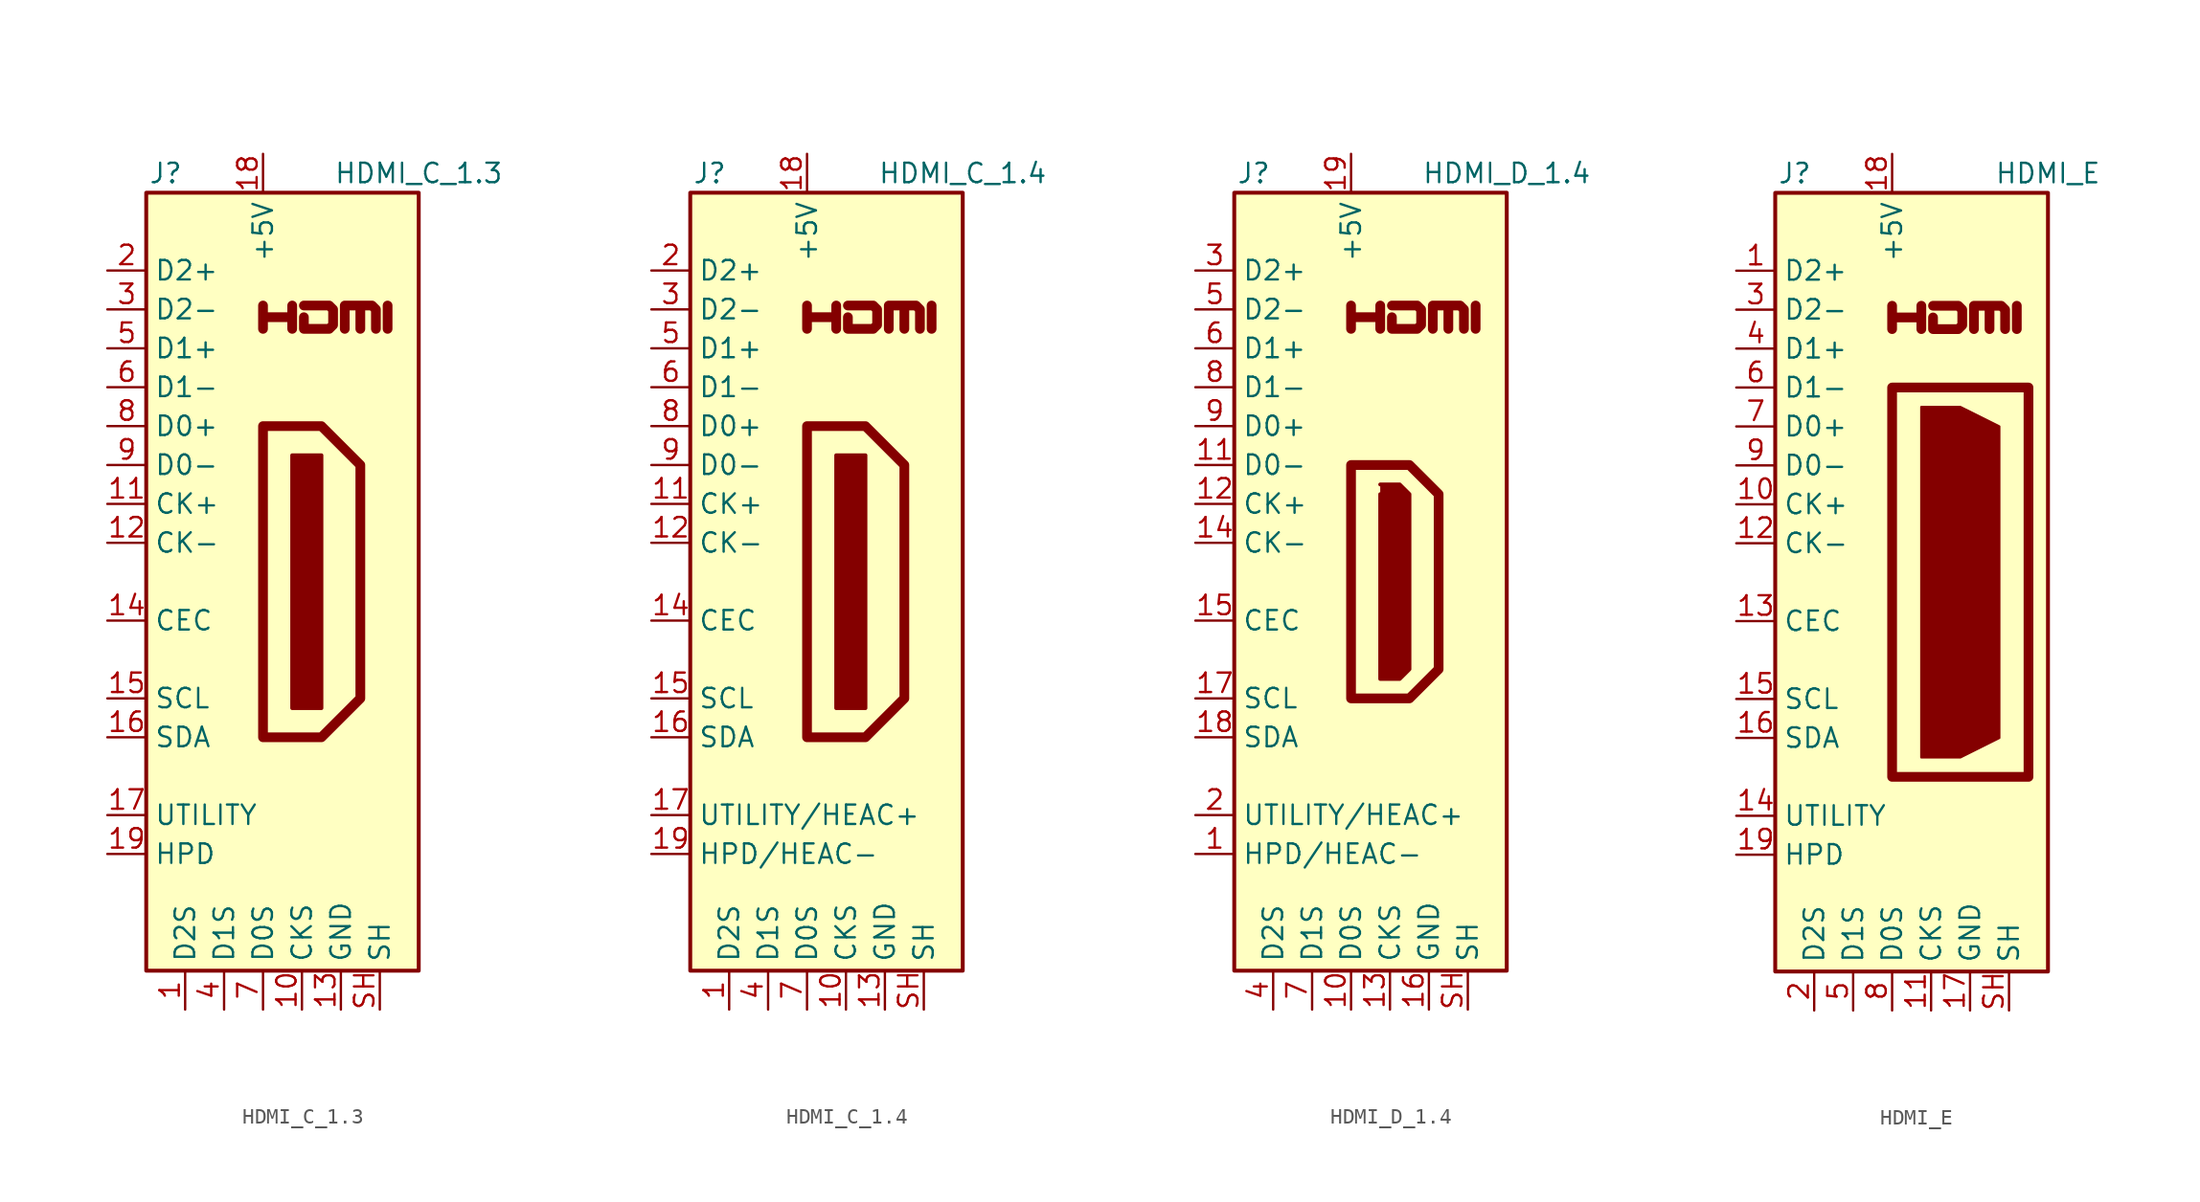
<source format=kicad_sym>
(kicad_symbol_lib
  (version 20201005)
  (generator kicad_symbol_editor)
  (symbol "HDMI_C_1.3"
    (property "Reference" "J"
      (at -6.35 26.67 0)
      (effects (font (size 1.27 1.27))))
    (property "Value" "HDMI_C_1.3"
      (at 10.16 26.67 0)
      (effects (font (size 1.27 1.27))))
    (symbol "HDMI_C_1.3_0_0"
      (polyline (pts (xy 8.128 16.51) (xy 8.128 18.034)) (stroke (width 0.635)) (fill (type none)))
      (polyline (pts (xy 0 16.51) (xy 0 18.034) (xy 0 17.272) (xy 1.905 17.272) (xy 1.905 18.034) (xy 1.905 16.51)) (stroke (width 0.635)) (fill (type none)))
      (polyline (pts (xy 2.667 18.034) (xy 4.318 18.034) (xy 4.572 17.78) (xy 4.572 16.764) (xy 4.318 16.51) (xy 2.667 16.51) (xy 2.667 17.272)) (stroke (width 0.635)) (fill (type none))))
    (symbol "HDMI_C_1.3_0_1"
      (rectangle (start -7.62 25.4) (end 10.16 -25.4) (stroke (width 0.254)) (fill (type background)))
      (rectangle (start 1.905 8.255) (end 3.81 -8.255) (stroke (width 0.254)) (fill (type outline)))
      (polyline (pts (xy 0 10.16) (xy 3.81 10.16) (xy 6.35 7.62) (xy 6.35 -7.62) (xy 3.81 -10.16) (xy 0 -10.16) (xy 0 10.16)) (stroke (width 0.635)) (fill (type none)))
      (polyline (pts (xy 5.334 16.51) (xy 5.334 18.034) (xy 6.35 18.034) (xy 6.35 16.51) (xy 6.35 18.034) (xy 7.112 18.034) (xy 7.366 17.78) (xy 7.366 16.51)) (stroke (width 0.635)) (fill (type none))))
    (symbol "HDMI_C_1.3_1_1"
      (pin power_in line (at -5.08 -27.94 90) (length 2.54) (name "D2S" (effects (font (size 1.27 1.27)))) (number "1" (effects (font (size 1.27 1.27)))))
      (pin power_in line (at 2.54 -27.94 90) (length 2.54) (name "CKS" (effects (font (size 1.27 1.27)))) (number "10" (effects (font (size 1.27 1.27)))))
      (pin passive line (at -10.16 5.08 0) (length 2.54) (name "CK+" (effects (font (size 1.27 1.27)))) (number "11" (effects (font (size 1.27 1.27)))))
      (pin passive line (at -10.16 2.54 0) (length 2.54) (name "CK-" (effects (font (size 1.27 1.27)))) (number "12" (effects (font (size 1.27 1.27)))))
      (pin power_in line (at 5.08 -27.94 90) (length 2.54) (name "GND" (effects (font (size 1.27 1.27)))) (number "13" (effects (font (size 1.27 1.27)))))
      (pin bidirectional line (at -10.16 -2.54 0) (length 2.54) (name "CEC" (effects (font (size 1.27 1.27)))) (number "14" (effects (font (size 1.27 1.27)))))
      (pin passive line (at -10.16 -7.62 0) (length 2.54) (name "SCL" (effects (font (size 1.27 1.27)))) (number "15" (effects (font (size 1.27 1.27)))))
      (pin bidirectional line (at -10.16 -10.16 0) (length 2.54) (name "SDA" (effects (font (size 1.27 1.27)))) (number "16" (effects (font (size 1.27 1.27)))))
      (pin passive line (at -10.16 -15.24 0) (length 2.54) (name "UTILITY" (effects (font (size 1.27 1.27)))) (number "17" (effects (font (size 1.27 1.27)))))
      (pin power_in line (at 0 27.94 270) (length 2.54) (name "+5V" (effects (font (size 1.27 1.27)))) (number "18" (effects (font (size 1.27 1.27)))))
      (pin passive line (at -10.16 -17.78 0) (length 2.54) (name "HPD" (effects (font (size 1.27 1.27)))) (number "19" (effects (font (size 1.27 1.27)))))
      (pin passive line (at -10.16 20.32 0) (length 2.54) (name "D2+" (effects (font (size 1.27 1.27)))) (number "2" (effects (font (size 1.27 1.27)))))
      (pin passive line (at -10.16 17.78 0) (length 2.54) (name "D2-" (effects (font (size 1.27 1.27)))) (number "3" (effects (font (size 1.27 1.27)))))
      (pin power_in line (at -2.54 -27.94 90) (length 2.54) (name "D1S" (effects (font (size 1.27 1.27)))) (number "4" (effects (font (size 1.27 1.27)))))
      (pin passive line (at -10.16 15.24 0) (length 2.54) (name "D1+" (effects (font (size 1.27 1.27)))) (number "5" (effects (font (size 1.27 1.27)))))
      (pin passive line (at -10.16 12.7 0) (length 2.54) (name "D1-" (effects (font (size 1.27 1.27)))) (number "6" (effects (font (size 1.27 1.27)))))
      (pin power_in line (at 0 -27.94 90) (length 2.54) (name "D0S" (effects (font (size 1.27 1.27)))) (number "7" (effects (font (size 1.27 1.27)))))
      (pin passive line (at -10.16 10.16 0) (length 2.54) (name "D0+" (effects (font (size 1.27 1.27)))) (number "8" (effects (font (size 1.27 1.27)))))
      (pin passive line (at -10.16 7.62 0) (length 2.54) (name "D0-" (effects (font (size 1.27 1.27)))) (number "9" (effects (font (size 1.27 1.27)))))
      (pin passive line (at 7.62 -27.94 90) (length 2.54) (name "SH" (effects (font (size 1.27 1.27)))) (number "SH" (effects (font (size 1.27 1.27)))))))
  (symbol "HDMI_C_1.4"
    (property "Reference" "J"
      (at -6.35 26.67 0)
      (effects (font (size 1.27 1.27))))
    (property "Value" "HDMI_C_1.4"
      (at 10.16 26.67 0)
      (effects (font (size 1.27 1.27))))
    (symbol "HDMI_C_1.4_0_0"
      (polyline (pts (xy 8.128 16.51) (xy 8.128 18.034)) (stroke (width 0.635)) (fill (type none)))
      (polyline (pts (xy 0 16.51) (xy 0 18.034) (xy 0 17.272) (xy 1.905 17.272) (xy 1.905 18.034) (xy 1.905 16.51)) (stroke (width 0.635)) (fill (type none)))
      (polyline (pts (xy 2.667 18.034) (xy 4.318 18.034) (xy 4.572 17.78) (xy 4.572 16.764) (xy 4.318 16.51) (xy 2.667 16.51) (xy 2.667 17.272)) (stroke (width 0.635)) (fill (type none))))
    (symbol "HDMI_C_1.4_0_1"
      (rectangle (start -7.62 25.4) (end 10.16 -25.4) (stroke (width 0.254)) (fill (type background)))
      (rectangle (start 1.905 8.255) (end 3.81 -8.255) (stroke (width 0.254)) (fill (type outline)))
      (polyline (pts (xy 0 10.16) (xy 3.81 10.16) (xy 6.35 7.62) (xy 6.35 -7.62) (xy 3.81 -10.16) (xy 0 -10.16) (xy 0 10.16)) (stroke (width 0.635)) (fill (type none)))
      (polyline (pts (xy 5.334 16.51) (xy 5.334 18.034) (xy 6.35 18.034) (xy 6.35 16.51) (xy 6.35 18.034) (xy 7.112 18.034) (xy 7.366 17.78) (xy 7.366 16.51)) (stroke (width 0.635)) (fill (type none))))
    (symbol "HDMI_C_1.4_1_1"
      (pin power_in line (at -5.08 -27.94 90) (length 2.54) (name "D2S" (effects (font (size 1.27 1.27)))) (number "1" (effects (font (size 1.27 1.27)))))
      (pin power_in line (at 2.54 -27.94 90) (length 2.54) (name "CKS" (effects (font (size 1.27 1.27)))) (number "10" (effects (font (size 1.27 1.27)))))
      (pin passive line (at -10.16 5.08 0) (length 2.54) (name "CK+" (effects (font (size 1.27 1.27)))) (number "11" (effects (font (size 1.27 1.27)))))
      (pin passive line (at -10.16 2.54 0) (length 2.54) (name "CK-" (effects (font (size 1.27 1.27)))) (number "12" (effects (font (size 1.27 1.27)))))
      (pin power_in line (at 5.08 -27.94 90) (length 2.54) (name "GND" (effects (font (size 1.27 1.27)))) (number "13" (effects (font (size 1.27 1.27)))))
      (pin bidirectional line (at -10.16 -2.54 0) (length 2.54) (name "CEC" (effects (font (size 1.27 1.27)))) (number "14" (effects (font (size 1.27 1.27)))))
      (pin passive line (at -10.16 -7.62 0) (length 2.54) (name "SCL" (effects (font (size 1.27 1.27)))) (number "15" (effects (font (size 1.27 1.27)))))
      (pin bidirectional line (at -10.16 -10.16 0) (length 2.54) (name "SDA" (effects (font (size 1.27 1.27)))) (number "16" (effects (font (size 1.27 1.27)))))
      (pin passive line (at -10.16 -15.24 0) (length 2.54) (name "UTILITY/HEAC+" (effects (font (size 1.27 1.27)))) (number "17" (effects (font (size 1.27 1.27)))))
      (pin power_in line (at 0 27.94 270) (length 2.54) (name "+5V" (effects (font (size 1.27 1.27)))) (number "18" (effects (font (size 1.27 1.27)))))
      (pin passive line (at -10.16 -17.78 0) (length 2.54) (name "HPD/HEAC-" (effects (font (size 1.27 1.27)))) (number "19" (effects (font (size 1.27 1.27)))))
      (pin passive line (at -10.16 20.32 0) (length 2.54) (name "D2+" (effects (font (size 1.27 1.27)))) (number "2" (effects (font (size 1.27 1.27)))))
      (pin passive line (at -10.16 17.78 0) (length 2.54) (name "D2-" (effects (font (size 1.27 1.27)))) (number "3" (effects (font (size 1.27 1.27)))))
      (pin power_in line (at -2.54 -27.94 90) (length 2.54) (name "D1S" (effects (font (size 1.27 1.27)))) (number "4" (effects (font (size 1.27 1.27)))))
      (pin passive line (at -10.16 15.24 0) (length 2.54) (name "D1+" (effects (font (size 1.27 1.27)))) (number "5" (effects (font (size 1.27 1.27)))))
      (pin passive line (at -10.16 12.7 0) (length 2.54) (name "D1-" (effects (font (size 1.27 1.27)))) (number "6" (effects (font (size 1.27 1.27)))))
      (pin power_in line (at 0 -27.94 90) (length 2.54) (name "D0S" (effects (font (size 1.27 1.27)))) (number "7" (effects (font (size 1.27 1.27)))))
      (pin passive line (at -10.16 10.16 0) (length 2.54) (name "D0+" (effects (font (size 1.27 1.27)))) (number "8" (effects (font (size 1.27 1.27)))))
      (pin passive line (at -10.16 7.62 0) (length 2.54) (name "D0-" (effects (font (size 1.27 1.27)))) (number "9" (effects (font (size 1.27 1.27)))))
      (pin passive line (at 7.62 -27.94 90) (length 2.54) (name "SH" (effects (font (size 1.27 1.27)))) (number "SH" (effects (font (size 1.27 1.27)))))))
  (symbol "HDMI_D_1.4"
    (property "Reference" "J"
      (at -6.35 26.67 0)
      (effects (font (size 1.27 1.27))))
    (property "Value" "HDMI_D_1.4"
      (at 10.16 26.67 0)
      (effects (font (size 1.27 1.27))))
    (symbol "HDMI_D_1.4_0_0"
      (polyline (pts (xy 8.128 16.51) (xy 8.128 18.034)) (stroke (width 0.635)) (fill (type none)))
      (polyline (pts (xy 0 16.51) (xy 0 18.034) (xy 0 17.272) (xy 1.905 17.272) (xy 1.905 18.034) (xy 1.905 16.51)) (stroke (width 0.635)) (fill (type none)))
      (polyline (pts (xy 2.667 18.034) (xy 4.318 18.034) (xy 4.572 17.78) (xy 4.572 16.764) (xy 4.318 16.51) (xy 2.667 16.51) (xy 2.667 17.272)) (stroke (width 0.635)) (fill (type none))))
    (symbol "HDMI_D_1.4_0_1"
      (rectangle (start -7.62 25.4) (end 10.16 -25.4) (stroke (width 0.254)) (fill (type background)))
      (polyline (pts (xy 0 7.62) (xy 3.81 7.62) (xy 5.715 5.715) (xy 5.715 -5.715) (xy 3.81 -7.62) (xy 0 -7.62) (xy 0 7.62)) (stroke (width 0.635)) (fill (type none)))
      (polyline (pts (xy 1.905 6.35) (xy 3.175 6.35) (xy 3.81 5.715) (xy 3.81 -5.715) (xy 3.175 -6.35) (xy 1.905 -6.35) (xy 1.905 5.715)) (stroke (width 0.254)) (fill (type outline)))
      (polyline (pts (xy 5.334 16.51) (xy 5.334 18.034) (xy 6.35 18.034) (xy 6.35 16.51) (xy 6.35 18.034) (xy 7.112 18.034) (xy 7.366 17.78) (xy 7.366 16.51)) (stroke (width 0.635)) (fill (type none))))
    (symbol "HDMI_D_1.4_1_1"
      (pin passive line (at -10.16 -17.78 0) (length 2.54) (name "HPD/HEAC-" (effects (font (size 1.27 1.27)))) (number "1" (effects (font (size 1.27 1.27)))))
      (pin power_in line (at 0 -27.94 90) (length 2.54) (name "D0S" (effects (font (size 1.27 1.27)))) (number "10" (effects (font (size 1.27 1.27)))))
      (pin passive line (at -10.16 7.62 0) (length 2.54) (name "D0-" (effects (font (size 1.27 1.27)))) (number "11" (effects (font (size 1.27 1.27)))))
      (pin passive line (at -10.16 5.08 0) (length 2.54) (name "CK+" (effects (font (size 1.27 1.27)))) (number "12" (effects (font (size 1.27 1.27)))))
      (pin power_in line (at 2.54 -27.94 90) (length 2.54) (name "CKS" (effects (font (size 1.27 1.27)))) (number "13" (effects (font (size 1.27 1.27)))))
      (pin passive line (at -10.16 2.54 0) (length 2.54) (name "CK-" (effects (font (size 1.27 1.27)))) (number "14" (effects (font (size 1.27 1.27)))))
      (pin bidirectional line (at -10.16 -2.54 0) (length 2.54) (name "CEC" (effects (font (size 1.27 1.27)))) (number "15" (effects (font (size 1.27 1.27)))))
      (pin power_in line (at 5.08 -27.94 90) (length 2.54) (name "GND" (effects (font (size 1.27 1.27)))) (number "16" (effects (font (size 1.27 1.27)))))
      (pin passive line (at -10.16 -7.62 0) (length 2.54) (name "SCL" (effects (font (size 1.27 1.27)))) (number "17" (effects (font (size 1.27 1.27)))))
      (pin bidirectional line (at -10.16 -10.16 0) (length 2.54) (name "SDA" (effects (font (size 1.27 1.27)))) (number "18" (effects (font (size 1.27 1.27)))))
      (pin power_in line (at 0 27.94 270) (length 2.54) (name "+5V" (effects (font (size 1.27 1.27)))) (number "19" (effects (font (size 1.27 1.27)))))
      (pin passive line (at -10.16 -15.24 0) (length 2.54) (name "UTILITY/HEAC+" (effects (font (size 1.27 1.27)))) (number "2" (effects (font (size 1.27 1.27)))))
      (pin passive line (at -10.16 20.32 0) (length 2.54) (name "D2+" (effects (font (size 1.27 1.27)))) (number "3" (effects (font (size 1.27 1.27)))))
      (pin power_in line (at -5.08 -27.94 90) (length 2.54) (name "D2S" (effects (font (size 1.27 1.27)))) (number "4" (effects (font (size 1.27 1.27)))))
      (pin passive line (at -10.16 17.78 0) (length 2.54) (name "D2-" (effects (font (size 1.27 1.27)))) (number "5" (effects (font (size 1.27 1.27)))))
      (pin passive line (at -10.16 15.24 0) (length 2.54) (name "D1+" (effects (font (size 1.27 1.27)))) (number "6" (effects (font (size 1.27 1.27)))))
      (pin power_in line (at -2.54 -27.94 90) (length 2.54) (name "D1S" (effects (font (size 1.27 1.27)))) (number "7" (effects (font (size 1.27 1.27)))))
      (pin passive line (at -10.16 12.7 0) (length 2.54) (name "D1-" (effects (font (size 1.27 1.27)))) (number "8" (effects (font (size 1.27 1.27)))))
      (pin passive line (at -10.16 10.16 0) (length 2.54) (name "D0+" (effects (font (size 1.27 1.27)))) (number "9" (effects (font (size 1.27 1.27)))))
      (pin passive line (at 7.62 -27.94 90) (length 2.54) (name "SH" (effects (font (size 1.27 1.27)))) (number "SH" (effects (font (size 1.27 1.27)))))))
  (symbol "HDMI_E"
    (property "Reference" "J"
      (at -6.35 26.67 0)
      (effects (font (size 1.27 1.27))))
    (property "Value" "HDMI_E"
      (at 10.16 26.67 0)
      (effects (font (size 1.27 1.27))))
    (symbol "HDMI_E_0_0"
      (polyline (pts (xy 8.128 16.51) (xy 8.128 18.034)) (stroke (width 0.635)) (fill (type none)))
      (polyline (pts (xy 0 16.51) (xy 0 18.034) (xy 0 17.272) (xy 1.905 17.272) (xy 1.905 18.034) (xy 1.905 16.51)) (stroke (width 0.635)) (fill (type none)))
      (polyline (pts (xy 2.667 18.034) (xy 4.318 18.034) (xy 4.572 17.78) (xy 4.572 16.764) (xy 4.318 16.51) (xy 2.667 16.51) (xy 2.667 17.272)) (stroke (width 0.635)) (fill (type none))))
    (symbol "HDMI_E_0_1"
      (rectangle (start -7.62 25.4) (end 10.16 -25.4) (stroke (width 0.254)) (fill (type background)))
      (rectangle (start 0 12.7) (end 8.89 -12.7) (stroke (width 0.635)) (fill (type none)))
      (polyline (pts (xy 1.905 11.43) (xy 4.445 11.43) (xy 6.985 10.16) (xy 6.985 -10.16) (xy 4.445 -11.43) (xy 1.905 -11.43) (xy 1.905 11.43)) (stroke (width 0)) (fill (type outline)))
      (polyline (pts (xy 5.334 16.51) (xy 5.334 18.034) (xy 6.35 18.034) (xy 6.35 16.51) (xy 6.35 18.034) (xy 7.112 18.034) (xy 7.366 17.78) (xy 7.366 16.51)) (stroke (width 0.635)) (fill (type none))))
    (symbol "HDMI_E_1_1"
      (pin passive line (at -10.16 20.32 0) (length 2.54) (name "D2+" (effects (font (size 1.27 1.27)))) (number "1" (effects (font (size 1.27 1.27)))))
      (pin passive line (at -10.16 5.08 0) (length 2.54) (name "CK+" (effects (font (size 1.27 1.27)))) (number "10" (effects (font (size 1.27 1.27)))))
      (pin power_in line (at 2.54 -27.94 90) (length 2.54) (name "CKS" (effects (font (size 1.27 1.27)))) (number "11" (effects (font (size 1.27 1.27)))))
      (pin passive line (at -10.16 2.54 0) (length 2.54) (name "CK-" (effects (font (size 1.27 1.27)))) (number "12" (effects (font (size 1.27 1.27)))))
      (pin bidirectional line (at -10.16 -2.54 0) (length 2.54) (name "CEC" (effects (font (size 1.27 1.27)))) (number "13" (effects (font (size 1.27 1.27)))))
      (pin passive line (at -10.16 -15.24 0) (length 2.54) (name "UTILITY" (effects (font (size 1.27 1.27)))) (number "14" (effects (font (size 1.27 1.27)))))
      (pin passive line (at -10.16 -7.62 0) (length 2.54) (name "SCL" (effects (font (size 1.27 1.27)))) (number "15" (effects (font (size 1.27 1.27)))))
      (pin bidirectional line (at -10.16 -10.16 0) (length 2.54) (name "SDA" (effects (font (size 1.27 1.27)))) (number "16" (effects (font (size 1.27 1.27)))))
      (pin power_in line (at 5.08 -27.94 90) (length 2.54) (name "GND" (effects (font (size 1.27 1.27)))) (number "17" (effects (font (size 1.27 1.27)))))
      (pin power_in line (at 0 27.94 270) (length 2.54) (name "+5V" (effects (font (size 1.27 1.27)))) (number "18" (effects (font (size 1.27 1.27)))))
      (pin passive line (at -10.16 -17.78 0) (length 2.54) (name "HPD" (effects (font (size 1.27 1.27)))) (number "19" (effects (font (size 1.27 1.27)))))
      (pin power_in line (at -5.08 -27.94 90) (length 2.54) (name "D2S" (effects (font (size 1.27 1.27)))) (number "2" (effects (font (size 1.27 1.27)))))
      (pin passive line (at -10.16 17.78 0) (length 2.54) (name "D2-" (effects (font (size 1.27 1.27)))) (number "3" (effects (font (size 1.27 1.27)))))
      (pin passive line (at -10.16 15.24 0) (length 2.54) (name "D1+" (effects (font (size 1.27 1.27)))) (number "4" (effects (font (size 1.27 1.27)))))
      (pin power_in line (at -2.54 -27.94 90) (length 2.54) (name "D1S" (effects (font (size 1.27 1.27)))) (number "5" (effects (font (size 1.27 1.27)))))
      (pin passive line (at -10.16 12.7 0) (length 2.54) (name "D1-" (effects (font (size 1.27 1.27)))) (number "6" (effects (font (size 1.27 1.27)))))
      (pin passive line (at -10.16 10.16 0) (length 2.54) (name "D0+" (effects (font (size 1.27 1.27)))) (number "7" (effects (font (size 1.27 1.27)))))
      (pin power_in line (at 0 -27.94 90) (length 2.54) (name "D0S" (effects (font (size 1.27 1.27)))) (number "8" (effects (font (size 1.27 1.27)))))
      (pin passive line (at -10.16 7.62 0) (length 2.54) (name "D0-" (effects (font (size 1.27 1.27)))) (number "9" (effects (font (size 1.27 1.27)))))
      (pin passive line (at 7.62 -27.94 90) (length 2.54) (name "SH" (effects (font (size 1.27 1.27)))) (number "SH" (effects (font (size 1.27 1.27))))))))
</source>
